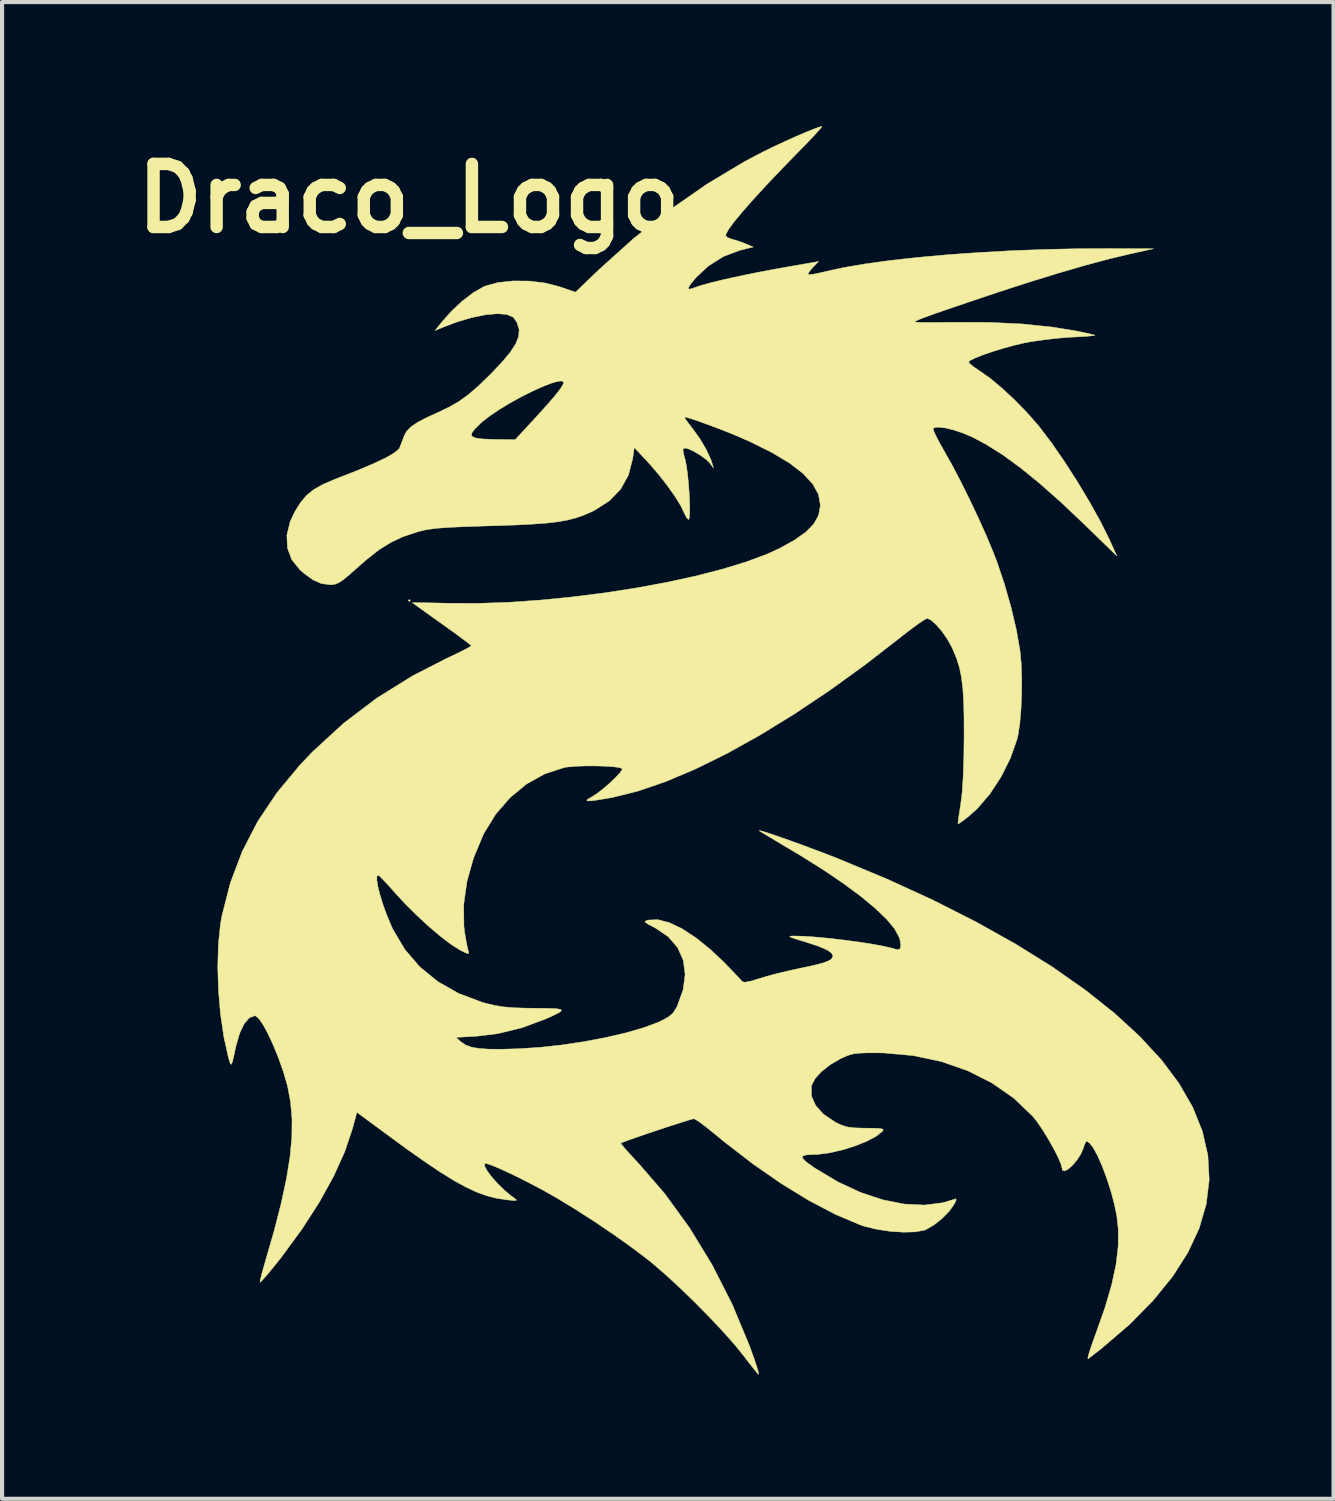
<source format=kicad_pcb>
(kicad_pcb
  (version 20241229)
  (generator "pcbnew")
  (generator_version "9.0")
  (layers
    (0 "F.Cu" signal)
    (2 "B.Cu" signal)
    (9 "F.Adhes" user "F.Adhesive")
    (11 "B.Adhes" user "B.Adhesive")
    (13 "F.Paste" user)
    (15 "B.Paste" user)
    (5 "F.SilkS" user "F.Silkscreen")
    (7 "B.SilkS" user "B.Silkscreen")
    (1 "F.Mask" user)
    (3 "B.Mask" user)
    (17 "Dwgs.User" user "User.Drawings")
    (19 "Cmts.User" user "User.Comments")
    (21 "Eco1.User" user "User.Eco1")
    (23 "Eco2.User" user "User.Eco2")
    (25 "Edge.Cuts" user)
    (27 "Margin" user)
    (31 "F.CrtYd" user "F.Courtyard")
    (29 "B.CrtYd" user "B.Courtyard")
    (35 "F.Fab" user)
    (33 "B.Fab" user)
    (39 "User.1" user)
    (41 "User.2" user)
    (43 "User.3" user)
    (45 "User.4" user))
  (footprint "Draco_Logo"
    (layer "F.Cu")
    (at 14.079 15.245)
    (property "Reference" "Draco_Logo" (at -7.25 -13.5 0) (layer "F.SilkS") (effects (font (size 1.524 1.524) (thickness 0.3))))
    (attr through_hole)
    (fp_poly (pts (xy -7.214 -3.785) (xy -7.239 -3.759) (xy -7.264 -3.785) (xy -7.239 -3.81) (xy -7.214 -3.785)) (stroke (width 0.01) (type solid)) (fill yes) (layer "F.SilkS"))
    (fp_poly (pts (xy 2.71 -15.206) (xy 2.627 -15.112) (xy 2.495 -14.969) (xy 2.324 -14.79) (xy 2.18 -14.643) (xy 1.752 -14.203) (xy 1.377 -13.808) (xy 1.058 -13.46) (xy 0.799 -13.165) (xy 0.602 -12.926) (xy 0.471 -12.746) (xy 0.411 -12.631) (xy 0.406 -12.607) (xy 0.45 -12.556) (xy 0.546 -12.519) (xy 0.687 -12.479) (xy 0.852 -12.419) (xy 0.878 -12.408) (xy 1.071 -12.327) (xy 0.749 -12.246) (xy 0.353 -12.098) (xy -0.015 -11.866) (xy -0.306 -11.595) (xy -0.437 -11.437) (xy -0.495 -11.342) (xy -0.479 -11.307) (xy -0.391 -11.327) (xy -0.337 -11.348) (xy -0.175 -11.403) (xy 0.071 -11.47) (xy 0.387 -11.546) (xy 0.758 -11.627) (xy 1.167 -11.711) (xy 1.599 -11.793) (xy 1.82 -11.832) (xy 2.649 -11.977) (xy 2.509 -11.831) (xy 2.427 -11.734) (xy 2.393 -11.668) (xy 2.396 -11.659) (xy 2.454 -11.659) (xy 2.584 -11.68) (xy 2.761 -11.72) (xy 2.808 -11.732) (xy 3.245 -11.828) (xy 3.771 -11.918) (xy 4.375 -12.001) (xy 5.043 -12.075) (xy 5.765 -12.14) (xy 6.527 -12.194) (xy 7.318 -12.238) (xy 8.125 -12.268) (xy 8.936 -12.286) (xy 9.677 -12.289) (xy 10.744 -12.285) (xy 10.211 -12.168) (xy 9.695 -12.045) (xy 9.098 -11.885) (xy 8.434 -11.692) (xy 7.713 -11.47) (xy 6.949 -11.222) (xy 6.731 -11.149) (xy 6.264 -10.991) (xy 5.886 -10.863) (xy 5.586 -10.76) (xy 5.358 -10.68) (xy 5.192 -10.619) (xy 5.079 -10.575) (xy 5.013 -10.544) (xy 4.982 -10.524) (xy 4.978 -10.516) (xy 5.027 -10.509) (xy 5.161 -10.504) (xy 5.366 -10.503) (xy 5.626 -10.504) (xy 5.925 -10.508) (xy 5.956 -10.508) (xy 6.787 -10.505) (xy 7.57 -10.467) (xy 8.288 -10.393) (xy 8.808 -10.31) (xy 9.021 -10.268) (xy 9.193 -10.231) (xy 9.303 -10.204) (xy 9.33 -10.194) (xy 9.29 -10.185) (xy 9.168 -10.172) (xy 8.982 -10.159) (xy 8.752 -10.147) (xy 8.751 -10.147) (xy 8.442 -10.124) (xy 8.1 -10.085) (xy 7.779 -10.038) (xy 7.624 -10.009) (xy 7.38 -9.953) (xy 7.12 -9.881) (xy 6.862 -9.802) (xy 6.629 -9.721) (xy 6.439 -9.647) (xy 6.314 -9.585) (xy 6.276 -9.554) (xy 6.303 -9.509) (xy 6.398 -9.43) (xy 6.541 -9.334) (xy 6.552 -9.327) (xy 6.798 -9.153) (xy 7.081 -8.917) (xy 7.38 -8.639) (xy 7.673 -8.34) (xy 7.938 -8.039) (xy 7.985 -7.983) (xy 8.279 -7.595) (xy 8.59 -7.145) (xy 8.903 -6.659) (xy 9.2 -6.163) (xy 9.466 -5.685) (xy 9.682 -5.251) (xy 9.711 -5.187) (xy 9.857 -4.862) (xy 9.079 -5.619) (xy 8.514 -6.153) (xy 7.999 -6.61) (xy 7.527 -6.994) (xy 7.091 -7.311) (xy 6.683 -7.566) (xy 6.374 -7.73) (xy 6.142 -7.829) (xy 5.911 -7.906) (xy 5.703 -7.956) (xy 5.538 -7.974) (xy 5.436 -7.957) (xy 5.42 -7.941) (xy 5.433 -7.881) (xy 5.49 -7.754) (xy 5.581 -7.581) (xy 5.676 -7.414) (xy 5.87 -7.07) (xy 6.083 -6.663) (xy 6.303 -6.22) (xy 6.517 -5.768) (xy 6.712 -5.333) (xy 6.875 -4.942) (xy 6.957 -4.73) (xy 7.143 -4.178) (xy 7.304 -3.611) (xy 7.432 -3.064) (xy 7.518 -2.571) (xy 7.519 -2.561) (xy 7.548 -2.257) (xy 7.56 -1.904) (xy 7.558 -1.53) (xy 7.542 -1.161) (xy 7.514 -0.824) (xy 7.473 -0.547) (xy 7.447 -0.432) (xy 7.286 0.024) (xy 7.064 0.47) (xy 6.796 0.881) (xy 6.497 1.232) (xy 6.289 1.421) (xy 6.156 1.524) (xy 6.058 1.593) (xy 6.019 1.614) (xy 6.022 1.561) (xy 6.039 1.431) (xy 6.067 1.248) (xy 6.084 1.143) (xy 6.12 0.851) (xy 6.145 0.458) (xy 6.161 -0.034) (xy 6.166 -0.483) (xy 6.165 -0.954) (xy 6.156 -1.341) (xy 6.136 -1.66) (xy 6.103 -1.926) (xy 6.056 -2.157) (xy 5.991 -2.368) (xy 5.906 -2.577) (xy 5.866 -2.666) (xy 5.76 -2.855) (xy 5.631 -3.04) (xy 5.495 -3.198) (xy 5.371 -3.309) (xy 5.278 -3.353) (xy 5.276 -3.353) (xy 5.211 -3.322) (xy 5.084 -3.239) (xy 4.912 -3.114) (xy 4.711 -2.96) (xy 4.645 -2.907) (xy 3.77 -2.229) (xy 2.906 -1.605) (xy 2.058 -1.038) (xy 1.232 -0.531) (xy 0.436 -0.088) (xy -0.325 0.287) (xy -1.044 0.591) (xy -1.716 0.822) (xy -2.335 0.975) (xy -2.419 0.99) (xy -2.684 1.034) (xy -2.855 1.057) (xy -2.942 1.057) (xy -2.949 1.035) (xy -2.884 0.99) (xy -2.834 0.963) (xy -2.708 0.883) (xy -2.559 0.768) (xy -2.405 0.636) (xy -2.265 0.503) (xy -2.156 0.387) (xy -2.098 0.304) (xy -2.095 0.276) (xy -2.17 0.25) (xy -2.323 0.231) (xy -2.529 0.218) (xy -2.766 0.212) (xy -3.01 0.213) (xy -3.236 0.222) (xy -3.422 0.239) (xy -3.498 0.252) (xy -3.966 0.405) (xy -4.405 0.649) (xy -4.802 0.976) (xy -5.149 1.375) (xy -5.434 1.839) (xy -5.454 1.88) (xy -5.688 2.44) (xy -5.846 3.006) (xy -5.924 3.56) (xy -5.919 4.085) (xy -5.899 4.25) (xy -5.866 4.443) (xy -5.834 4.604) (xy -5.809 4.7) (xy -5.809 4.702) (xy -5.804 4.744) (xy -5.849 4.741) (xy -5.959 4.69) (xy -6.033 4.65) (xy -6.24 4.517) (xy -6.494 4.323) (xy -6.775 4.084) (xy -7.064 3.817) (xy -7.344 3.538) (xy -7.565 3.299) (xy -7.719 3.125) (xy -7.851 2.983) (xy -7.945 2.886) (xy -7.984 2.853) (xy -8.021 2.876) (xy -8.023 2.976) (xy -7.996 3.138) (xy -7.942 3.346) (xy -7.868 3.583) (xy -7.776 3.834) (xy -7.671 4.083) (xy -7.635 4.161) (xy -7.348 4.646) (xy -6.984 5.069) (xy -6.546 5.426) (xy -6.042 5.712) (xy -5.476 5.924) (xy -5.383 5.95) (xy -5.174 5.999) (xy -4.969 6.033) (xy -4.741 6.054) (xy -4.46 6.064) (xy -4.211 6.067) (xy -3.907 6.07) (xy -3.7 6.077) (xy -3.585 6.094) (xy -3.559 6.123) (xy -3.617 6.171) (xy -3.753 6.24) (xy -3.941 6.325) (xy -4.514 6.538) (xy -5.105 6.682) (xy -5.609 6.743) (xy -6.113 6.772) (xy -5.979 6.888) (xy -5.875 6.957) (xy -5.739 7.007) (xy -5.558 7.039) (xy -5.316 7.056) (xy -5.001 7.057) (xy -4.602 7.046) (xy -4.092 7.013) (xy -3.559 6.955) (xy -3.023 6.875) (xy -2.504 6.777) (xy -2.021 6.665) (xy -1.595 6.543) (xy -1.245 6.415) (xy -1.159 6.376) (xy -0.982 6.281) (xy -0.868 6.185) (xy -0.784 6.054) (xy -0.763 6.01) (xy -0.621 5.617) (xy -0.574 5.247) (xy -0.619 4.907) (xy -0.755 4.603) (xy -0.98 4.341) (xy -1.293 4.128) (xy -1.314 4.117) (xy -1.466 4.038) (xy -1.538 3.991) (xy -1.54 3.963) (xy -1.482 3.942) (xy -1.461 3.936) (xy -1.232 3.927) (xy -0.958 3.998) (xy -0.648 4.146) (xy -0.312 4.366) (xy 0.042 4.652) (xy 0.349 4.942) (xy 0.518 5.115) (xy 0.66 5.263) (xy 0.762 5.372) (xy 0.806 5.424) (xy 0.873 5.439) (xy 1.026 5.409) (xy 1.208 5.353) (xy 1.413 5.291) (xy 1.68 5.221) (xy 1.971 5.152) (xy 2.187 5.105) (xy 2.498 5.039) (xy 2.721 4.983) (xy 2.87 4.932) (xy 2.956 4.883) (xy 2.993 4.829) (xy 2.997 4.8) (xy 2.96 4.729) (xy 2.846 4.653) (xy 2.646 4.568) (xy 2.354 4.472) (xy 2.277 4.449) (xy 2.082 4.389) (xy 1.976 4.352) (xy 1.95 4.332) (xy 1.995 4.323) (xy 2.057 4.321) (xy 2.295 4.327) (xy 2.592 4.348) (xy 2.927 4.38) (xy 3.279 4.421) (xy 3.627 4.468) (xy 3.95 4.518) (xy 4.227 4.569) (xy 4.437 4.618) (xy 4.527 4.647) (xy 4.609 4.646) (xy 4.639 4.565) (xy 4.617 4.415) (xy 4.595 4.346) (xy 4.488 4.148) (xy 4.295 3.916) (xy 4.02 3.652) (xy 3.67 3.362) (xy 3.251 3.052) (xy 2.769 2.725) (xy 2.23 2.387) (xy 2.085 2.3) (xy 1.826 2.146) (xy 1.595 2.008) (xy 1.406 1.895) (xy 1.274 1.815) (xy 1.219 1.781) (xy 1.227 1.773) (xy 1.317 1.797) (xy 1.474 1.847) (xy 1.686 1.92) (xy 1.94 2.009) (xy 2.22 2.11) (xy 2.515 2.22) (xy 2.811 2.331) (xy 3.093 2.441) (xy 3.124 2.454) (xy 4.304 2.945) (xy 5.413 3.453) (xy 6.45 3.978) (xy 7.41 4.515) (xy 8.29 5.063) (xy 9.086 5.62) (xy 9.795 6.183) (xy 10.412 6.749) (xy 10.936 7.317) (xy 11.356 7.878) (xy 11.691 8.459) (xy 11.925 9.042) (xy 12.058 9.626) (xy 12.089 10.211) (xy 12.019 10.796) (xy 11.849 11.381) (xy 11.577 11.966) (xy 11.206 12.549) (xy 10.733 13.13) (xy 10.161 13.71) (xy 9.489 14.287) (xy 9.162 14.54) (xy 9.157 14.512) (xy 9.185 14.404) (xy 9.24 14.233) (xy 9.318 14.013) (xy 9.353 13.919) (xy 9.571 13.3) (xy 9.732 12.751) (xy 9.838 12.262) (xy 9.89 11.819) (xy 9.892 11.411) (xy 9.858 11.099) (xy 9.799 10.806) (xy 9.715 10.492) (xy 9.613 10.176) (xy 9.502 9.88) (xy 9.389 9.624) (xy 9.282 9.43) (xy 9.2 9.326) (xy 9.141 9.283) (xy 9.102 9.301) (xy 9.065 9.396) (xy 9.049 9.446) (xy 8.988 9.59) (xy 8.897 9.732) (xy 8.792 9.857) (xy 8.689 9.95) (xy 8.602 9.998) (xy 8.546 9.986) (xy 8.534 9.937) (xy 8.507 9.83) (xy 8.435 9.662) (xy 8.328 9.454) (xy 8.201 9.229) (xy 8.065 9.008) (xy 7.933 8.814) (xy 7.822 8.674) (xy 7.369 8.242) (xy 6.845 7.876) (xy 6.259 7.58) (xy 5.622 7.357) (xy 4.941 7.212) (xy 4.227 7.148) (xy 4.064 7.145) (xy 3.804 7.146) (xy 3.618 7.154) (xy 3.477 7.173) (xy 3.356 7.209) (xy 3.225 7.266) (xy 3.181 7.287) (xy 2.936 7.428) (xy 2.724 7.595) (xy 2.566 7.768) (xy 2.482 7.929) (xy 2.477 7.95) (xy 2.48 8.191) (xy 2.581 8.42) (xy 2.774 8.632) (xy 3.056 8.821) (xy 3.073 8.83) (xy 3.214 8.896) (xy 3.347 8.936) (xy 3.507 8.957) (xy 3.726 8.964) (xy 3.793 8.965) (xy 4.011 8.967) (xy 4.142 8.974) (xy 4.203 8.989) (xy 4.209 9.016) (xy 4.186 9.048) (xy 4.036 9.165) (xy 3.81 9.284) (xy 3.533 9.395) (xy 3.229 9.49) (xy 2.924 9.56) (xy 2.641 9.598) (xy 2.54 9.602) (xy 2.361 9.61) (xy 2.268 9.637) (xy 2.262 9.689) (xy 2.344 9.774) (xy 2.514 9.898) (xy 2.58 9.942) (xy 3.123 10.266) (xy 3.668 10.519) (xy 4.205 10.697) (xy 4.721 10.799) (xy 5.209 10.823) (xy 5.657 10.766) (xy 5.911 10.689) (xy 5.97 10.672) (xy 5.975 10.703) (xy 5.928 10.801) (xy 5.927 10.803) (xy 5.808 10.972) (xy 5.633 11.15) (xy 5.435 11.307) (xy 5.248 11.414) (xy 5.208 11.43) (xy 4.99 11.471) (xy 4.706 11.479) (xy 4.387 11.459) (xy 4.062 11.41) (xy 3.762 11.338) (xy 3.658 11.303) (xy 3.06 11.05) (xy 2.421 10.715) (xy 1.751 10.305) (xy 1.059 9.825) (xy 0.354 9.281) (xy 0.117 9.086) (xy -0.06 8.943) (xy -0.212 8.828) (xy -0.322 8.756) (xy -0.365 8.738) (xy -0.429 8.753) (xy -0.568 8.795) (xy -0.765 8.858) (xy -1 8.934) (xy -1.253 9.018) (xy -1.505 9.103) (xy -1.738 9.183) (xy -1.932 9.251) (xy -2.069 9.301) (xy -2.128 9.327) (xy -2.128 9.327) (xy -2.103 9.368) (xy -2.019 9.468) (xy -1.891 9.611) (xy -1.73 9.784) (xy -1.715 9.799) (xy -1.067 10.547) (xy -0.465 11.377) (xy 0.082 12.274) (xy 0.566 13.226) (xy 0.98 14.22) (xy 1.098 14.55) (xy 1.155 14.722) (xy 1.193 14.852) (xy 1.205 14.914) (xy 1.205 14.916) (xy 1.17 14.884) (xy 1.088 14.785) (xy 0.971 14.636) (xy 0.838 14.463) (xy 0.622 14.195) (xy 0.344 13.882) (xy 0.023 13.54) (xy -0.323 13.189) (xy -0.677 12.845) (xy -1.021 12.527) (xy -1.337 12.253) (xy -1.462 12.151) (xy -1.847 11.858) (xy -2.291 11.542) (xy -2.764 11.222) (xy -3.239 10.917) (xy -3.687 10.645) (xy -3.988 10.474) (xy -4.296 10.311) (xy -4.592 10.16) (xy -4.862 10.03) (xy -5.094 9.925) (xy -5.273 9.852) (xy -5.385 9.818) (xy -5.417 9.82) (xy -5.417 9.886) (xy -5.354 10.001) (xy -5.244 10.148) (xy -5.099 10.31) (xy -4.936 10.469) (xy -4.768 10.608) (xy -4.724 10.64) (xy -4.659 10.688) (xy -4.651 10.711) (xy -4.713 10.714) (xy -4.859 10.699) (xy -4.902 10.694) (xy -5.135 10.658) (xy -5.367 10.599) (xy -5.608 10.512) (xy -5.869 10.391) (xy -6.159 10.232) (xy -6.488 10.028) (xy -6.866 9.774) (xy -7.303 9.466) (xy -7.77 9.124) (xy -8.505 8.582) (xy -8.612 8.977) (xy -8.798 9.533) (xy -9.068 10.129) (xy -9.414 10.756) (xy -9.833 11.405) (xy -10.318 12.067) (xy -10.427 12.205) (xy -10.579 12.393) (xy -10.708 12.547) (xy -10.801 12.651) (xy -10.845 12.691) (xy -10.846 12.691) (xy -10.84 12.638) (xy -10.809 12.509) (xy -10.759 12.325) (xy -10.713 12.166) (xy -10.5 11.426) (xy -10.332 10.767) (xy -10.206 10.179) (xy -10.121 9.653) (xy -10.077 9.177) (xy -10.073 8.741) (xy -10.108 8.336) (xy -10.18 7.952) (xy -10.28 7.605) (xy -10.402 7.263) (xy -10.53 6.951) (xy -10.655 6.68) (xy -10.773 6.464) (xy -10.875 6.317) (xy -10.955 6.251) (xy -10.97 6.248) (xy -11.103 6.298) (xy -11.227 6.44) (xy -11.336 6.667) (xy -11.424 6.97) (xy -11.433 7.01) (xy -11.482 7.236) (xy -11.515 7.372) (xy -11.541 7.424) (xy -11.565 7.403) (xy -11.593 7.315) (xy -11.614 7.239) (xy -11.722 6.752) (xy -11.801 6.209) (xy -11.85 5.639) (xy -11.867 5.069) (xy -11.852 4.526) (xy -11.803 4.038) (xy -11.77 3.847) (xy -11.564 3.041) (xy -11.277 2.281) (xy -10.904 1.557) (xy -10.44 0.864) (xy -9.882 0.191) (xy -9.576 -0.13) (xy -8.828 -0.817) (xy -8.026 -1.426) (xy -7.16 -1.965) (xy -6.325 -2.392) (xy -6.105 -2.496) (xy -5.923 -2.587) (xy -5.796 -2.654) (xy -5.742 -2.689) (xy -5.741 -2.691) (xy -5.781 -2.728) (xy -5.891 -2.813) (xy -6.056 -2.936) (xy -6.264 -3.087) (xy -6.453 -3.222) (xy -6.685 -3.387) (xy -6.885 -3.53) (xy -7.04 -3.642) (xy -7.137 -3.712) (xy -7.163 -3.732) (xy -7.115 -3.734) (xy -6.981 -3.732) (xy -6.779 -3.729) (xy -6.524 -3.724) (xy -6.279 -3.718) (xy -5.577 -3.716) (xy -4.837 -3.742) (xy -4.072 -3.795) (xy -3.295 -3.872) (xy -2.518 -3.97) (xy -1.756 -4.088) (xy -1.021 -4.224) (xy -0.325 -4.375) (xy 0.317 -4.54) (xy 0.894 -4.716) (xy 1.391 -4.9) (xy 1.699 -5.04) (xy 2.068 -5.244) (xy 2.345 -5.441) (xy 2.536 -5.637) (xy 2.649 -5.842) (xy 2.692 -6.062) (xy 2.692 -6.099) (xy 2.647 -6.351) (xy 2.509 -6.601) (xy 2.277 -6.852) (xy 1.949 -7.105) (xy 1.524 -7.36) (xy 0.999 -7.62) (xy 0.717 -7.745) (xy 0.496 -7.837) (xy 0.254 -7.931) (xy 0.012 -8.023) (xy -0.213 -8.104) (xy -0.4 -8.168) (xy -0.532 -8.208) (xy -0.588 -8.217) (xy -0.589 -8.216) (xy -0.568 -8.172) (xy -0.497 -8.072) (xy -0.401 -7.949) (xy -0.22 -7.697) (xy -0.063 -7.432) (xy 0.049 -7.189) (xy 0.074 -7.112) (xy 0.111 -6.985) (xy 0.028 -7.099) (xy -0.07 -7.196) (xy -0.216 -7.302) (xy -0.375 -7.396) (xy -0.513 -7.456) (xy -0.571 -7.468) (xy -0.615 -7.458) (xy -0.626 -7.413) (xy -0.606 -7.309) (xy -0.576 -7.201) (xy -0.545 -7.053) (xy -0.517 -6.853) (xy -0.494 -6.623) (xy -0.476 -6.382) (xy -0.465 -6.153) (xy -0.462 -5.956) (xy -0.468 -5.813) (xy -0.485 -5.744) (xy -0.491 -5.74) (xy -0.538 -5.783) (xy -0.592 -5.889) (xy -0.6 -5.911) (xy -0.682 -6.08) (xy -0.819 -6.3) (xy -0.997 -6.551) (xy -1.199 -6.812) (xy -1.411 -7.061) (xy -1.486 -7.143) (xy -1.803 -7.482) (xy -1.842 -7.208) (xy -1.944 -6.816) (xy -2.129 -6.48) (xy -2.4 -6.197) (xy -2.758 -5.966) (xy -2.857 -5.918) (xy -3.038 -5.841) (xy -3.222 -5.778) (xy -3.421 -5.727) (xy -3.649 -5.687) (xy -3.92 -5.655) (xy -4.249 -5.631) (xy -4.648 -5.61) (xy -5.131 -5.593) (xy -5.258 -5.59) (xy -5.693 -5.576) (xy -6.041 -5.563) (xy -6.316 -5.549) (xy -6.533 -5.533) (xy -6.706 -5.513) (xy -6.85 -5.49) (xy -6.979 -5.46) (xy -7.061 -5.437) (xy -7.391 -5.326) (xy -7.685 -5.189) (xy -7.971 -5.01) (xy -8.273 -4.773) (xy -8.477 -4.595) (xy -8.68 -4.414) (xy -8.828 -4.292) (xy -8.937 -4.218) (xy -9.027 -4.18) (xy -9.114 -4.166) (xy -9.152 -4.166) (xy -9.363 -4.194) (xy -9.569 -4.285) (xy -9.795 -4.451) (xy -9.886 -4.532) (xy -10.08 -4.774) (xy -10.184 -5.055) (xy -10.197 -5.365) (xy -10.118 -5.692) (xy -10.005 -5.931) (xy -9.867 -6.152) (xy -9.723 -6.324) (xy -9.552 -6.463) (xy -9.332 -6.588) (xy -9.041 -6.713) (xy -8.937 -6.754) (xy -8.465 -6.939) (xy -8.089 -7.099) (xy -7.804 -7.234) (xy -7.608 -7.347) (xy -7.497 -7.439) (xy -7.473 -7.477) (xy -7.422 -7.609) (xy -7.363 -7.762) (xy -7.363 -7.764) (xy -7.33 -7.825) (xy -5.733 -7.825) (xy -5.729 -7.756) (xy -5.645 -7.713) (xy -5.473 -7.689) (xy -5.208 -7.678) (xy -5.122 -7.677) (xy -4.681 -7.671) (xy -4.219 -8.17) (xy -3.934 -8.484) (xy -3.72 -8.732) (xy -3.579 -8.913) (xy -3.512 -9.026) (xy -3.505 -9.052) (xy -3.546 -9.09) (xy -3.658 -9.079) (xy -3.829 -9.028) (xy -4.043 -8.943) (xy -4.288 -8.831) (xy -4.549 -8.699) (xy -4.812 -8.553) (xy -5.064 -8.4) (xy -5.291 -8.247) (xy -5.478 -8.102) (xy -5.522 -8.063) (xy -5.661 -7.925) (xy -5.733 -7.825) (xy -7.33 -7.825) (xy -7.302 -7.876) (xy -7.2 -7.981) (xy -7.042 -8.088) (xy -6.813 -8.208) (xy -6.557 -8.325) (xy -6.278 -8.458) (xy -6.036 -8.597) (xy -5.807 -8.763) (xy -5.566 -8.971) (xy -5.288 -9.241) (xy -5.273 -9.256) (xy -4.998 -9.545) (xy -4.798 -9.785) (xy -4.667 -9.987) (xy -4.599 -10.16) (xy -4.585 -10.316) (xy -4.59 -10.353) (xy -4.639 -10.504) (xy -4.719 -10.621) (xy -4.728 -10.63) (xy -4.881 -10.696) (xy -5.107 -10.715) (xy -5.394 -10.69) (xy -5.727 -10.622) (xy -6.09 -10.514) (xy -6.343 -10.419) (xy -6.615 -10.31) (xy -6.457 -10.509) (xy -6.22 -10.776) (xy -5.956 -11.022) (xy -5.689 -11.225) (xy -5.444 -11.366) (xy -5.399 -11.385) (xy -5.095 -11.468) (xy -4.732 -11.507) (xy -4.341 -11.504) (xy -3.955 -11.457) (xy -3.607 -11.368) (xy -3.606 -11.367) (xy -3.223 -11.235) (xy -2.666 -11.77) (xy -1.828 -12.525) (xy -0.947 -13.222) (xy -0.042 -13.85) (xy 0.871 -14.396) (xy 1.312 -14.628) (xy 1.567 -14.752) (xy 1.835 -14.877) (xy 2.098 -14.995) (xy 2.338 -15.098) (xy 2.536 -15.178) (xy 2.676 -15.228) (xy 2.731 -15.24) (xy 2.71 -15.206)) (stroke (width 0.01) (type solid)) (fill yes) (layer "F.SilkS")))
  (gr_rect
    (start -3 -3)
    (end 29.173 33.166)
    (stroke (width 0.1) (type default))
    (fill no)
    (layer "Edge.Cuts")))
</source>
